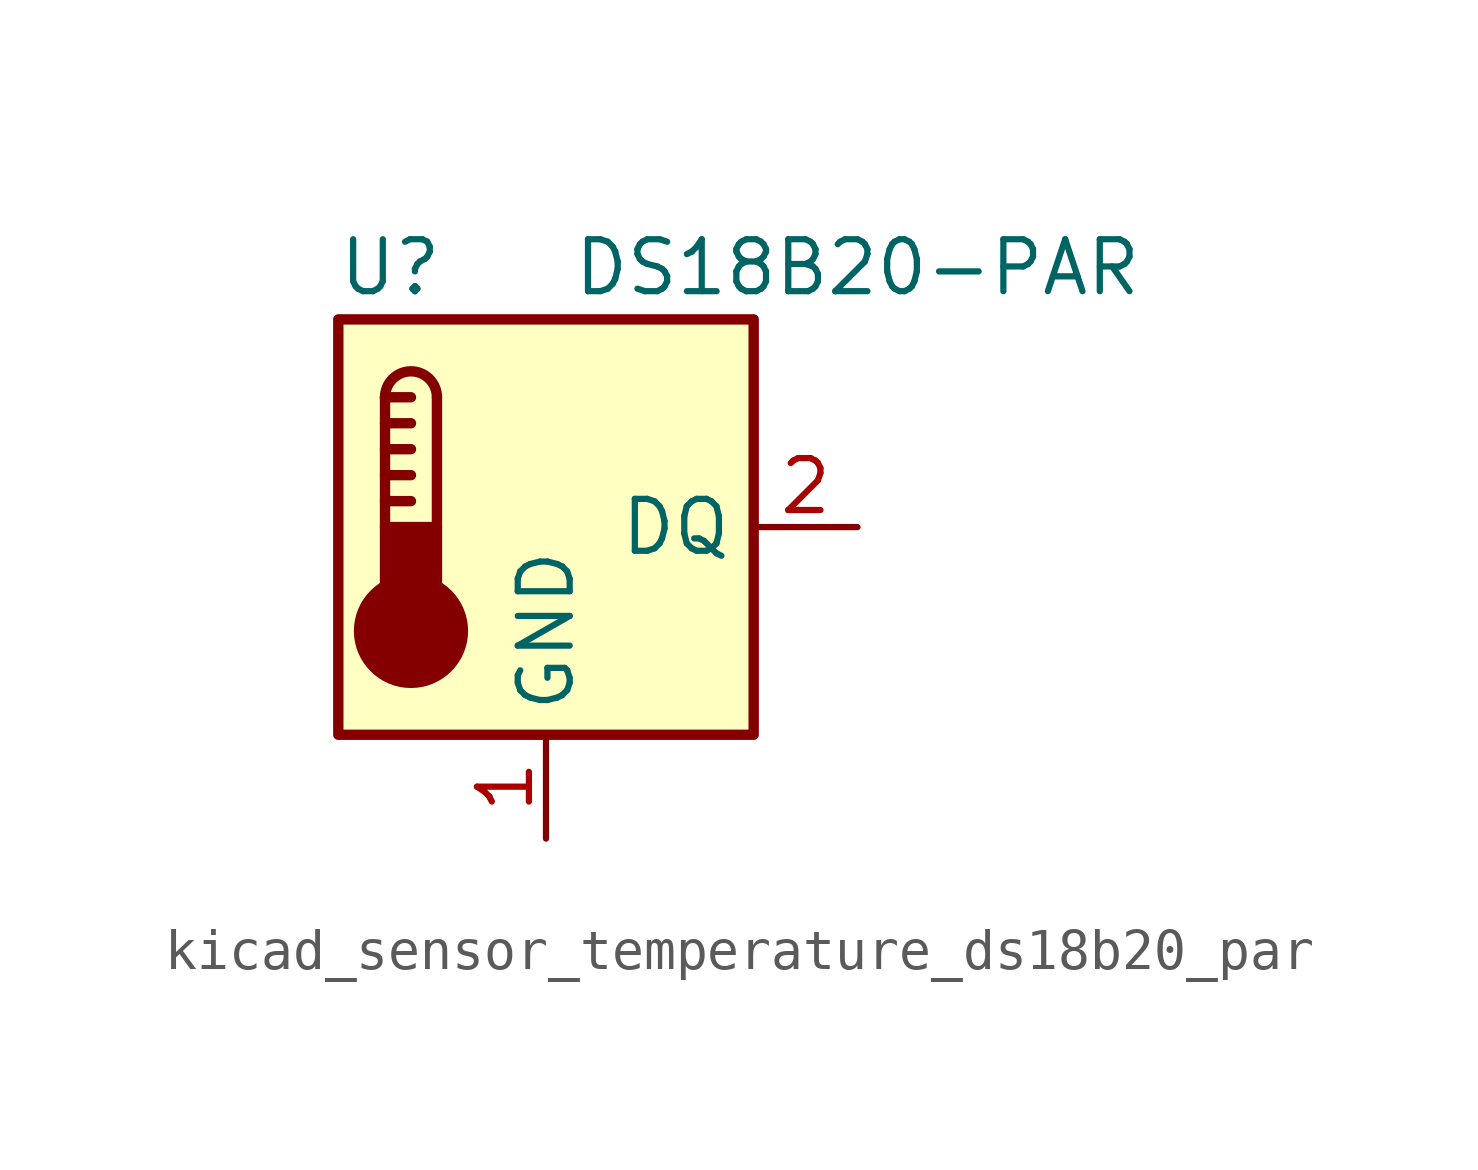
<source format=kicad_sym>
(kicad_symbol_lib
  (version 20220914)
  (generator kicad_symbol_editor)
  (symbol "kicad_sensor_temperature_ds18b20_par"
    (property "Reference" "U"
      (at -3.81 6.35 0)
      (effects (font (size 1.27 1.27))))
    (property "Value" "DS18B20-PAR"
      (at 7.62 6.35 0)
      (effects (font (size 1.27 1.27))))
    (symbol "kicad_sensor_temperature_ds18b20_par_0_1"
      (rectangle (start -5.08 5.08) (end 5.08 -5.08) (stroke (width 0.254) (type default)) (fill (type background)))
      (circle (center -3.302 -2.54) (radius 1.27) (stroke (width 0.254) (type default)) (fill (type outline)))
      (rectangle (start -2.667 -1.905) (end -3.937 0) (stroke (width 0.254) (type default)) (fill (type outline)))
      (arc (start -2.667 3.175) (mid -3.302 3.8073) (end -3.937 3.175) (stroke (width 0.254) (type default)) (fill (type none)))
      (polyline (pts (xy -3.937 0.635) (xy -3.302 0.635)) (stroke (width 0.254) (type default)) (fill (type none)))
      (polyline (pts (xy -3.937 1.27) (xy -3.302 1.27)) (stroke (width 0.254) (type default)) (fill (type none)))
      (polyline (pts (xy -3.937 1.905) (xy -3.302 1.905)) (stroke (width 0.254) (type default)) (fill (type none)))
      (polyline (pts (xy -3.937 2.54) (xy -3.302 2.54)) (stroke (width 0.254) (type default)) (fill (type none)))
      (polyline (pts (xy -3.937 3.175) (xy -3.937 0)) (stroke (width 0.254) (type default)) (fill (type none)))
      (polyline (pts (xy -3.937 3.175) (xy -3.302 3.175)) (stroke (width 0.254) (type default)) (fill (type none)))
      (polyline (pts (xy -2.667 3.175) (xy -2.667 0)) (stroke (width 0.254) (type default)) (fill (type none))))
    (symbol "kicad_sensor_temperature_ds18b20_par_1_1"
      (pin power_in line (at 0 -7.62 90) (length 2.54) (name "GND" (effects (font (size 1.27 1.27)))) (number "1" (effects (font (size 1.27 1.27)))))
      (pin bidirectional line (at 7.62 0 180) (length 2.54) (name "DQ" (effects (font (size 1.27 1.27)))) (number "2" (effects (font (size 1.27 1.27)))))
      (pin no_connect line (at 5.08 2.54 180) (length 2.54) hide (name "NC" (effects (font (size 1.27 1.27)))) (number "3" (effects (font (size 1.27 1.27))))))))
</source>
